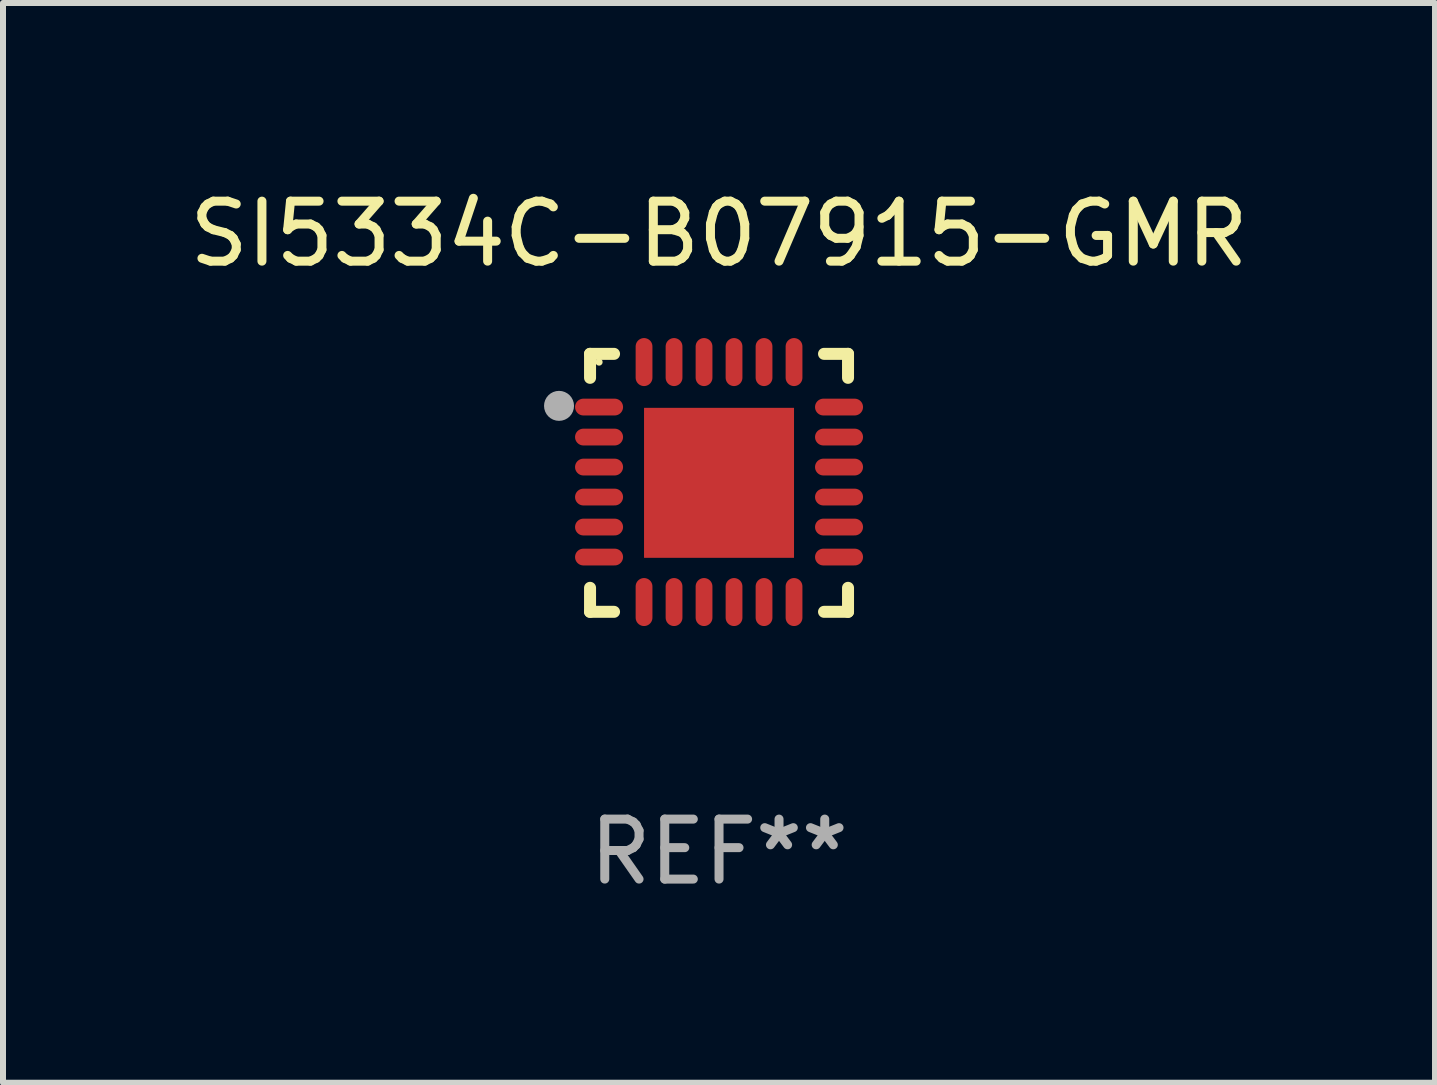
<source format=kicad_pcb>
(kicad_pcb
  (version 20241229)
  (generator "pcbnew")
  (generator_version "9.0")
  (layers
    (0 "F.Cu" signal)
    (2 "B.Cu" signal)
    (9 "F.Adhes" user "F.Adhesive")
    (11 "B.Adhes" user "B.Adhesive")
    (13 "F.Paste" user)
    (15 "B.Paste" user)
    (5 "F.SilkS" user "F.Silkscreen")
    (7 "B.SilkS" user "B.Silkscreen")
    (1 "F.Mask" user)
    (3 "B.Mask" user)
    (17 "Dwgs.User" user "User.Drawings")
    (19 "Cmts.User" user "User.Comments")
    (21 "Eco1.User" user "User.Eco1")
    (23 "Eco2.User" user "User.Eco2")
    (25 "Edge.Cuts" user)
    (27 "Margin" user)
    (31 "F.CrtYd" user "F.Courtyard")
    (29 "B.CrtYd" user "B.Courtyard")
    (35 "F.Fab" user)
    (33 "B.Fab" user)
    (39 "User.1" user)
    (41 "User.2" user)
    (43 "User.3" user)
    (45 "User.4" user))
  (footprint "SI5334C-B07915-GMR"
    (layer "F.Cu")
    (at 8.935 4.998)
    (property "Reference" "SI5334C-B07915-GMR" (at 0 -4.15 0) (layer "F.SilkS") (effects (font (size 1 1) (thickness 0.15))))
    (attr through_hole)
    (fp_line (start -2.15 -2.15) (end -1.75 -2.15) (stroke (width 0.2) (type solid)) (layer "F.SilkS"))
    (fp_line (start -2.15 -1.75) (end -2.15 -2.15) (stroke (width 0.2) (type solid)) (layer "F.SilkS"))
    (fp_line (start -2.15 2.15) (end -2.15 1.75) (stroke (width 0.2) (type solid)) (layer "F.SilkS"))
    (fp_line (start -1.75 2.15) (end -2.15 2.15) (stroke (width 0.2) (type solid)) (layer "F.SilkS"))
    (fp_line (start 1.75 -2.15) (end 2.15 -2.15) (stroke (width 0.2) (type solid)) (layer "F.SilkS"))
    (fp_line (start 1.75 2.15) (end 2.15 2.15) (stroke (width 0.2) (type solid)) (layer "F.SilkS"))
    (fp_line (start 2.15 -2.15) (end 2.15 -1.75) (stroke (width 0.2) (type solid)) (layer "F.SilkS"))
    (fp_line (start 2.15 2.15) (end 2.15 1.75) (stroke (width 0.2) (type solid)) (layer "F.SilkS"))
    (fp_circle (center -2 -2.013) (end -1.97 -2.013) (stroke (width 0.06) (type solid)) (fill no) (layer "F.SilkS"))
    (fp_circle (center -2.667 -1.283) (end -2.542 -1.283) (stroke (width 0.25) (type solid)) (fill no) (layer "F.Fab"))
    (fp_text user "REF**" (at 0 6.15 0) (layer "F.Fab") (effects (font (size 1 1) (thickness 0.15))))
    (pad "1" smd oval (at -2 -1.263) (size 0.8 0.28) (layers "F.Cu" "F.Mask" "F.Paste"))
    (pad "2" smd oval (at -2 -0.763) (size 0.8 0.28) (layers "F.Cu" "F.Mask" "F.Paste"))
    (pad "3" smd oval (at -2 -0.263) (size 0.8 0.28) (layers "F.Cu" "F.Mask" "F.Paste"))
    (pad "4" smd oval (at -2 0.237) (size 0.8 0.28) (layers "F.Cu" "F.Mask" "F.Paste"))
    (pad "5" smd oval (at -2 0.737) (size 0.8 0.28) (layers "F.Cu" "F.Mask" "F.Paste"))
    (pad "6" smd oval (at -2 1.237) (size 0.8 0.28) (layers "F.Cu" "F.Mask" "F.Paste"))
    (pad "7" smd oval (at -1.25 1.987) (size 0.28 0.8) (layers "F.Cu" "F.Mask" "F.Paste"))
    (pad "8" smd oval (at -0.75 1.987) (size 0.28 0.8) (layers "F.Cu" "F.Mask" "F.Paste"))
    (pad "9" smd oval (at -0.25 1.987) (size 0.28 0.8) (layers "F.Cu" "F.Mask" "F.Paste"))
    (pad "10" smd oval (at 0.25 1.987) (size 0.28 0.8) (layers "F.Cu" "F.Mask" "F.Paste"))
    (pad "11" smd oval (at 0.75 1.987) (size 0.28 0.8) (layers "F.Cu" "F.Mask" "F.Paste"))
    (pad "12" smd oval (at 1.25 1.987) (size 0.28 0.8) (layers "F.Cu" "F.Mask" "F.Paste"))
    (pad "13" smd oval (at 2 1.237) (size 0.8 0.28) (layers "F.Cu" "F.Mask" "F.Paste"))
    (pad "14" smd oval (at 2 0.737) (size 0.8 0.28) (layers "F.Cu" "F.Mask" "F.Paste"))
    (pad "15" smd oval (at 2 0.237) (size 0.8 0.28) (layers "F.Cu" "F.Mask" "F.Paste"))
    (pad "16" smd oval (at 2 -0.263) (size 0.8 0.28) (layers "F.Cu" "F.Mask" "F.Paste"))
    (pad "17" smd oval (at 2 -0.763) (size 0.8 0.28) (layers "F.Cu" "F.Mask" "F.Paste"))
    (pad "18" smd oval (at 2 -1.263) (size 0.8 0.28) (layers "F.Cu" "F.Mask" "F.Paste"))
    (pad "19" smd oval (at 1.25 -2.013) (size 0.28 0.8) (layers "F.Cu" "F.Mask" "F.Paste"))
    (pad "20" smd oval (at 0.75 -2.013) (size 0.28 0.8) (layers "F.Cu" "F.Mask" "F.Paste"))
    (pad "21" smd oval (at 0.25 -2.013) (size 0.28 0.8) (layers "F.Cu" "F.Mask" "F.Paste"))
    (pad "22" smd oval (at -0.25 -2.013) (size 0.28 0.8) (layers "F.Cu" "F.Mask" "F.Paste"))
    (pad "23" smd oval (at -0.75 -2.013) (size 0.28 0.8) (layers "F.Cu" "F.Mask" "F.Paste"))
    (pad "24" smd oval (at -1.25 -2.013) (size 0.28 0.8) (layers "F.Cu" "F.Mask" "F.Paste"))
    (pad "25" smd rect (at -0.000127 -0.00014) (size 2.5 2.5) (layers "F.Cu" "F.Mask" "F.Paste")))
  (gr_rect
    (start -3 -3)
    (end 20.869 14.997)
    (stroke (width 0.1) (type default))
    (fill no)
    (layer "Edge.Cuts")))
</source>
